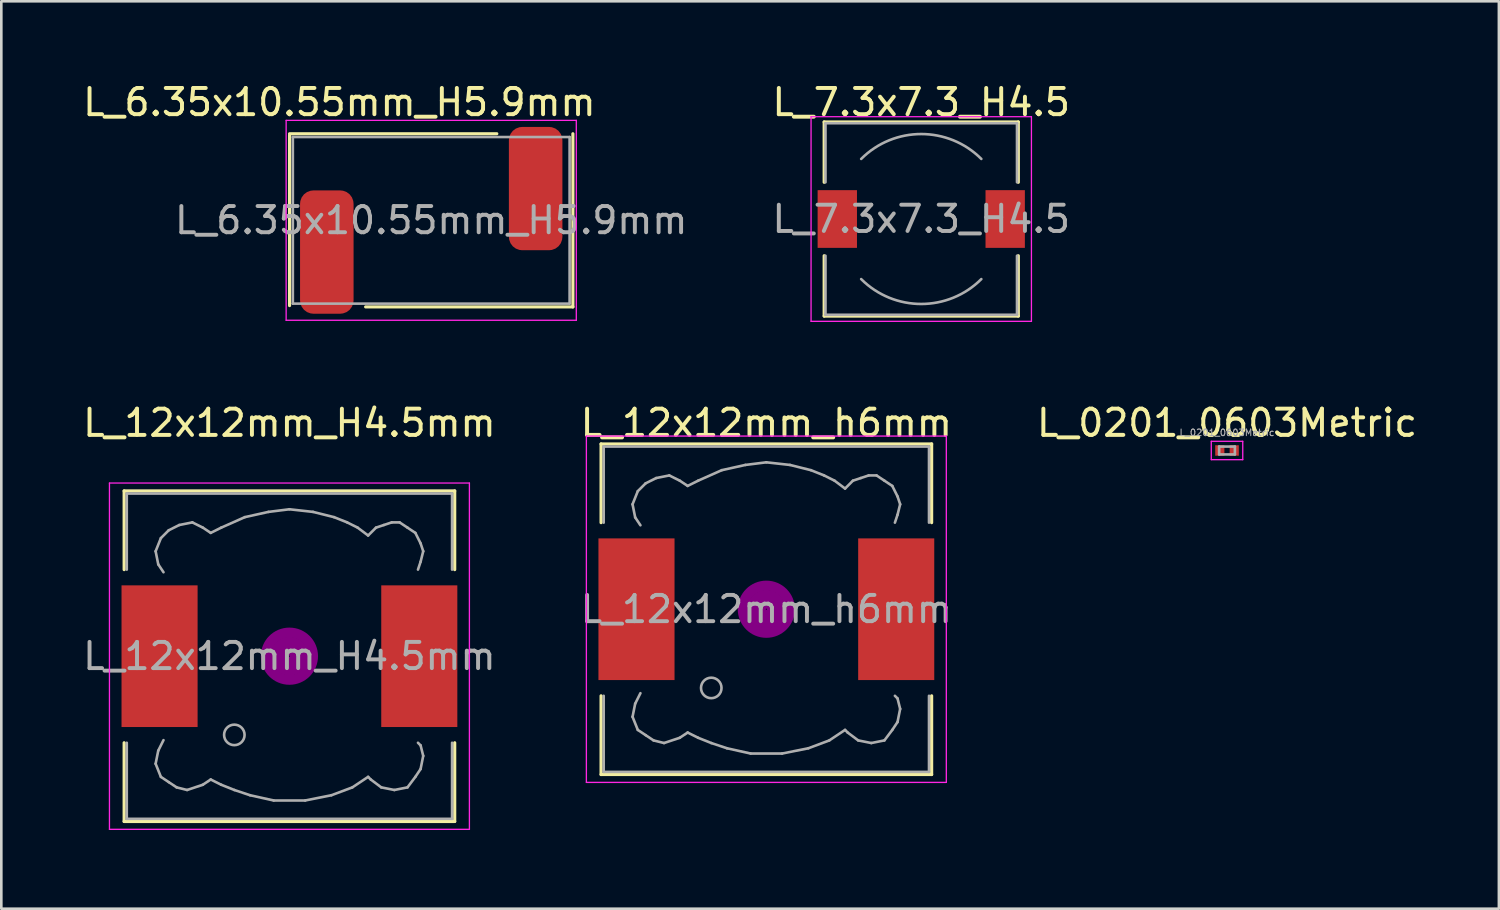
<source format=kicad_pcb>
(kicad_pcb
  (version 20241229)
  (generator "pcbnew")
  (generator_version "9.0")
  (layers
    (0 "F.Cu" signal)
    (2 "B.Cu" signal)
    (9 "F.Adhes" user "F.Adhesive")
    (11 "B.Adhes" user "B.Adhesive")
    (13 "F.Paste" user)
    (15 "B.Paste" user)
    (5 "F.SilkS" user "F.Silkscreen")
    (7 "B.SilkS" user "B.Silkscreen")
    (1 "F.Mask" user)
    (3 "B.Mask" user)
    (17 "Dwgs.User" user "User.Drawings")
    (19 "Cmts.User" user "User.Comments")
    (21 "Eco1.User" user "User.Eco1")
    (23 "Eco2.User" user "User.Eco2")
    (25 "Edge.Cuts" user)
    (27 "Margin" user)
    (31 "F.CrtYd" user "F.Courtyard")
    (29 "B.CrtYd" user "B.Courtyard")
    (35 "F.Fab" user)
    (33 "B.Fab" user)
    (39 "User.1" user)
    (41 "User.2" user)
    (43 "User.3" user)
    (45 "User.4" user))
  (footprint "L_7.3x7.3_H4.5"
    (layer "F.Cu")
    (at 32.065 5.298)
    (property "Reference" "L_7.3x7.3_H4.5" (at 0 -4.45 0) (layer "F.SilkS") (effects (font (size 1 1) (thickness 0.15))))
    (attr smd)
    (fp_line (start -3.7 -3.7) (end 3.7 -3.7) (stroke (width 0.12) (type solid)) (layer "F.SilkS"))
    (fp_line (start -3.7 -1.4) (end -3.7 -3.7) (stroke (width 0.12) (type solid)) (layer "F.SilkS"))
    (fp_line (start -3.7 3.7) (end -3.7 1.4) (stroke (width 0.12) (type solid)) (layer "F.SilkS"))
    (fp_line (start 3.7 -3.7) (end 3.7 -1.4) (stroke (width 0.12) (type solid)) (layer "F.SilkS"))
    (fp_line (start 3.7 1.4) (end 3.7 3.7) (stroke (width 0.12) (type solid)) (layer "F.SilkS"))
    (fp_line (start 3.7 3.7) (end -3.7 3.7) (stroke (width 0.12) (type solid)) (layer "F.SilkS"))
    (fp_line (start -4.2 -3.9) (end -4.2 3.9) (stroke (width 0.05) (type solid)) (layer "F.CrtYd"))
    (fp_line (start -4.2 3.9) (end 4.2 3.9) (stroke (width 0.05) (type solid)) (layer "F.CrtYd"))
    (fp_line (start 4.2 -3.9) (end -4.2 -3.9) (stroke (width 0.05) (type solid)) (layer "F.CrtYd"))
    (fp_line (start 4.2 3.9) (end 4.2 -3.9) (stroke (width 0.05) (type solid)) (layer "F.CrtYd"))
    (fp_line (start -3.65 -3.65) (end -3.65 -1.4) (stroke (width 0.1) (type solid)) (layer "F.Fab"))
    (fp_line (start -3.65 -3.65) (end 3.65 -3.65) (stroke (width 0.1) (type solid)) (layer "F.Fab"))
    (fp_line (start -3.65 3.65) (end -3.65 1.4) (stroke (width 0.1) (type solid)) (layer "F.Fab"))
    (fp_line (start 3.65 -3.65) (end 3.65 -1.4) (stroke (width 0.1) (type solid)) (layer "F.Fab"))
    (fp_line (start 3.65 3.65) (end -3.65 3.65) (stroke (width 0.1) (type solid)) (layer "F.Fab"))
    (fp_line (start 3.65 3.65) (end 3.65 1.4) (stroke (width 0.1) (type solid)) (layer "F.Fab"))
    (fp_arc (start -2.29 -2.29) (mid 0 -3.238549) (end 2.29 -2.29) (stroke (width 0.1) (type solid)) (layer "F.Fab"))
    (fp_arc (start 2.29 2.29) (mid 0 3.238549) (end -2.29 2.29) (stroke (width 0.1) (type solid)) (layer "F.Fab"))
    (fp_text user "${REFERENCE}" (at 0 0 0) (layer "F.Fab") (effects (font (size 1 1) (thickness 0.15))))
    (pad "1" smd rect (at -3.2 0) (size 1.5 2.2) (layers "F.Cu" "F.Mask" "F.Paste"))
    (pad "2" smd rect (at 3.2 0) (size 1.5 2.2) (layers "F.Cu" "F.Mask" "F.Paste")))
  (footprint "L_12x12mm_H4.5mm"
    (layer "F.Cu")
    (at 7.982 21.962)
    (property "Reference" "L_12x12mm_H4.5mm" (at 0 -8.89 0) (layer "F.SilkS") (effects (font (size 1 1) (thickness 0.15))))
    (attr smd)
    (fp_line (start -6.3 -6.3) (end 6.3 -6.3) (stroke (width 0.12) (type solid)) (layer "F.SilkS"))
    (fp_line (start -6.3 -3.3) (end -6.3 -6.3) (stroke (width 0.12) (type solid)) (layer "F.SilkS"))
    (fp_line (start -6.3 6.3) (end -6.3 3.3) (stroke (width 0.12) (type solid)) (layer "F.SilkS"))
    (fp_line (start 6.3 -6.3) (end 6.3 -3.3) (stroke (width 0.12) (type solid)) (layer "F.SilkS"))
    (fp_line (start 6.3 3.3) (end 6.3 6.3) (stroke (width 0.12) (type solid)) (layer "F.SilkS"))
    (fp_line (start 6.3 6.3) (end -6.3 6.3) (stroke (width 0.12) (type solid)) (layer "F.SilkS"))
    (fp_circle (center 0 0) (end 0.15 0.15) (stroke (width 0.38) (type solid)) (fill no) (layer "F.Adhes"))
    (fp_circle (center 0 0) (end 0.55 0) (stroke (width 0.38) (type solid)) (fill no) (layer "F.Adhes"))
    (fp_circle (center 0 0) (end 0.9 0) (stroke (width 0.38) (type solid)) (fill no) (layer "F.Adhes"))
    (fp_line (start -6.86 -6.6) (end 6.86 -6.6) (stroke (width 0.05) (type solid)) (layer "F.CrtYd"))
    (fp_line (start -6.86 6.6) (end -6.86 -6.6) (stroke (width 0.05) (type solid)) (layer "F.CrtYd"))
    (fp_line (start 6.86 -6.6) (end 6.86 6.6) (stroke (width 0.05) (type solid)) (layer "F.CrtYd"))
    (fp_line (start 6.86 6.6) (end -6.86 6.6) (stroke (width 0.05) (type solid)) (layer "F.CrtYd"))
    (fp_line (start -6.2 -6.2) (end -6.2 -3.3) (stroke (width 0.1) (type solid)) (layer "F.Fab"))
    (fp_line (start -6.2 3.3) (end -6.2 6.2) (stroke (width 0.1) (type solid)) (layer "F.Fab"))
    (fp_line (start -6.2 6.2) (end 6.2 6.2) (stroke (width 0.1) (type solid)) (layer "F.Fab"))
    (fp_line (start -5.1 -4) (end -5 -3.5) (stroke (width 0.1) (type solid)) (layer "F.Fab"))
    (fp_line (start -5.1 4.1) (end -5 3.6) (stroke (width 0.1) (type solid)) (layer "F.Fab"))
    (fp_line (start -5 -3.5) (end -4.8 -3.2) (stroke (width 0.1) (type solid)) (layer "F.Fab"))
    (fp_line (start -5 3.6) (end -4.8 3.2) (stroke (width 0.1) (type solid)) (layer "F.Fab"))
    (fp_line (start -4.9 -4.5) (end -5.1 -4) (stroke (width 0.1) (type solid)) (layer "F.Fab"))
    (fp_line (start -4.9 4.6) (end -5.1 4.1) (stroke (width 0.1) (type solid)) (layer "F.Fab"))
    (fp_line (start -4.6 -4.8) (end -4.9 -4.5) (stroke (width 0.1) (type solid)) (layer "F.Fab"))
    (fp_line (start -4.6 4.8) (end -4.9 4.6) (stroke (width 0.1) (type solid)) (layer "F.Fab"))
    (fp_line (start -4.3 5) (end -4.6 4.8) (stroke (width 0.1) (type solid)) (layer "F.Fab"))
    (fp_line (start -4.2 -5) (end -4.6 -4.8) (stroke (width 0.1) (type solid)) (layer "F.Fab"))
    (fp_line (start -3.9 5.1) (end -4.3 5) (stroke (width 0.1) (type solid)) (layer "F.Fab"))
    (fp_line (start -3.7 -5.1) (end -4.2 -5) (stroke (width 0.1) (type solid)) (layer "F.Fab"))
    (fp_line (start -3.3 -4.9) (end -3.7 -5.1) (stroke (width 0.1) (type solid)) (layer "F.Fab"))
    (fp_line (start -3.3 4.9) (end -3.9 5.1) (stroke (width 0.1) (type solid)) (layer "F.Fab"))
    (fp_line (start -3 -4.7) (end -3.3 -4.9) (stroke (width 0.1) (type solid)) (layer "F.Fab"))
    (fp_line (start -3 4.7) (end -3.3 4.9) (stroke (width 0.1) (type solid)) (layer "F.Fab"))
    (fp_line (start -2.6 -4.9) (end -3 -4.7) (stroke (width 0.1) (type solid)) (layer "F.Fab"))
    (fp_line (start -2.6 4.9) (end -3 4.7) (stroke (width 0.1) (type solid)) (layer "F.Fab"))
    (fp_line (start -2.1 5.1) (end -2.6 4.9) (stroke (width 0.1) (type solid)) (layer "F.Fab"))
    (fp_line (start -1.7 -5.3) (end -2.6 -4.9) (stroke (width 0.1) (type solid)) (layer "F.Fab"))
    (fp_line (start -1.5 5.3) (end -2.1 5.1) (stroke (width 0.1) (type solid)) (layer "F.Fab"))
    (fp_line (start -0.8 -5.5) (end -1.7 -5.3) (stroke (width 0.1) (type solid)) (layer "F.Fab"))
    (fp_line (start -0.6 5.5) (end -1.5 5.3) (stroke (width 0.1) (type solid)) (layer "F.Fab"))
    (fp_line (start 0 -5.6) (end -0.8 -5.5) (stroke (width 0.1) (type solid)) (layer "F.Fab"))
    (fp_line (start 0.6 5.5) (end -0.6 5.5) (stroke (width 0.1) (type solid)) (layer "F.Fab"))
    (fp_line (start 0.9 -5.5) (end 0 -5.6) (stroke (width 0.1) (type solid)) (layer "F.Fab"))
    (fp_line (start 1.6 5.3) (end 0.6 5.5) (stroke (width 0.1) (type solid)) (layer "F.Fab"))
    (fp_line (start 1.7 -5.3) (end 0.9 -5.5) (stroke (width 0.1) (type solid)) (layer "F.Fab"))
    (fp_line (start 2.2 -5.1) (end 1.7 -5.3) (stroke (width 0.1) (type solid)) (layer "F.Fab"))
    (fp_line (start 2.4 5) (end 1.6 5.3) (stroke (width 0.1) (type solid)) (layer "F.Fab"))
    (fp_line (start 2.6 -4.9) (end 2.2 -5.1) (stroke (width 0.1) (type solid)) (layer "F.Fab"))
    (fp_line (start 3 -4.6) (end 2.6 -4.9) (stroke (width 0.1) (type solid)) (layer "F.Fab"))
    (fp_line (start 3 4.6) (end 2.4 5) (stroke (width 0.1) (type solid)) (layer "F.Fab"))
    (fp_line (start 3.1 4.7) (end 3 4.6) (stroke (width 0.1) (type solid)) (layer "F.Fab"))
    (fp_line (start 3.3 -4.9) (end 3 -4.6) (stroke (width 0.1) (type solid)) (layer "F.Fab"))
    (fp_line (start 3.5 5) (end 3.1 4.7) (stroke (width 0.1) (type solid)) (layer "F.Fab"))
    (fp_line (start 3.6 -5) (end 3.3 -4.9) (stroke (width 0.1) (type solid)) (layer "F.Fab"))
    (fp_line (start 3.9 -5.1) (end 3.6 -5) (stroke (width 0.1) (type solid)) (layer "F.Fab"))
    (fp_line (start 4 5.1) (end 3.5 5) (stroke (width 0.1) (type solid)) (layer "F.Fab"))
    (fp_line (start 4.2 -5.1) (end 3.9 -5.1) (stroke (width 0.1) (type solid)) (layer "F.Fab"))
    (fp_line (start 4.5 -4.9) (end 4.2 -5.1) (stroke (width 0.1) (type solid)) (layer "F.Fab"))
    (fp_line (start 4.5 5) (end 4 5.1) (stroke (width 0.1) (type solid)) (layer "F.Fab"))
    (fp_line (start 4.8 -4.7) (end 4.5 -4.9) (stroke (width 0.1) (type solid)) (layer "F.Fab"))
    (fp_line (start 4.8 4.6) (end 4.5 5) (stroke (width 0.1) (type solid)) (layer "F.Fab"))
    (fp_line (start 4.9 -3.3) (end 5 -3.6) (stroke (width 0.1) (type solid)) (layer "F.Fab"))
    (fp_line (start 4.9 3.3) (end 5 3.4) (stroke (width 0.1) (type solid)) (layer "F.Fab"))
    (fp_line (start 5 -4.3) (end 4.8 -4.7) (stroke (width 0.1) (type solid)) (layer "F.Fab"))
    (fp_line (start 5 -3.6) (end 5.1 -4) (stroke (width 0.1) (type solid)) (layer "F.Fab"))
    (fp_line (start 5 3.4) (end 5.1 3.8) (stroke (width 0.1) (type solid)) (layer "F.Fab"))
    (fp_line (start 5 4.3) (end 4.8 4.6) (stroke (width 0.1) (type solid)) (layer "F.Fab"))
    (fp_line (start 5.1 -4) (end 5 -4.3) (stroke (width 0.1) (type solid)) (layer "F.Fab"))
    (fp_line (start 5.1 3.8) (end 5 4.3) (stroke (width 0.1) (type solid)) (layer "F.Fab"))
    (fp_line (start 6.2 -6.2) (end -6.2 -6.2) (stroke (width 0.1) (type solid)) (layer "F.Fab"))
    (fp_line (start 6.2 -6.2) (end 6.2 -3.3) (stroke (width 0.1) (type solid)) (layer "F.Fab"))
    (fp_line (start 6.2 6.2) (end 6.2 3.3) (stroke (width 0.1) (type solid)) (layer "F.Fab"))
    (fp_circle (center -2.1 3) (end -1.8 3.25) (stroke (width 0.1) (type solid)) (fill no) (layer "F.Fab"))
    (fp_text user "${REFERENCE}" (at 0 0 0) (layer "F.Fab") (effects (font (size 1 1) (thickness 0.15))))
    (pad "1" smd rect (at -4.95 0) (size 2.9 5.4) (layers "F.Cu" "F.Mask" "F.Paste"))
    (pad "2" smd rect (at 4.95 0) (size 2.9 5.4) (layers "F.Cu" "F.Mask" "F.Paste")))
  (footprint "L_6.35x10.55mm_H5.9mm"
    (layer "F.Cu")
    (at 13.387 5.348)
    (property "Reference" "L_6.35x10.55mm_H5.9mm" (at -3.5 -4.5 0) (layer "F.SilkS") (effects (font (size 1 1) (thickness 0.15))))
    (attr smd)
    (fp_line (start -5.4 -3.3) (end 2.5 -3.3) (stroke (width 0.12) (type solid)) (layer "F.SilkS"))
    (fp_line (start -5.4 3.25) (end -5.4 -3.25) (stroke (width 0.12) (type solid)) (layer "F.SilkS"))
    (fp_line (start 5.4 -3.3) (end 5.4 3.3) (stroke (width 0.12) (type solid)) (layer "F.SilkS"))
    (fp_line (start 5.4 3.3) (end -2.5 3.3) (stroke (width 0.12) (type solid)) (layer "F.SilkS"))
    (fp_line (start -5.53 -3.81) (end -5.53 3.81) (stroke (width 0.05) (type solid)) (layer "F.CrtYd"))
    (fp_line (start -5.53 3.81) (end 5.53 3.81) (stroke (width 0.05) (type solid)) (layer "F.CrtYd"))
    (fp_line (start 5.53 -3.81) (end -5.53 -3.81) (stroke (width 0.05) (type solid)) (layer "F.CrtYd"))
    (fp_line (start 5.53 3.81) (end 5.53 -3.81) (stroke (width 0.05) (type solid)) (layer "F.CrtYd"))
    (fp_line (start -5.275 -3.175) (end 5.275 -3.175) (stroke (width 0.1) (type solid)) (layer "F.Fab"))
    (fp_line (start -5.275 3.175) (end -5.275 -3.175) (stroke (width 0.1) (type solid)) (layer "F.Fab"))
    (fp_line (start 5.275 -3.175) (end 5.275 3.175) (stroke (width 0.1) (type solid)) (layer "F.Fab"))
    (fp_line (start 5.275 3.175) (end -5.275 3.175) (stroke (width 0.1) (type solid)) (layer "F.Fab"))
    (fp_text user "${REFERENCE}" (at 0 0 0) (layer "F.Fab") (effects (font (size 1 1) (thickness 0.15))))
    (pad "1" smd roundrect (at -3.98 1.21) (size 2.04 4.7) (layers "F.Cu" "F.Mask" "F.Paste") (roundrect_rratio 0.25))
    (pad "2" smd roundrect (at 3.98 -1.21) (size 2.04 4.7) (layers "F.Cu" "F.Mask" "F.Paste") (roundrect_rratio 0.25)))
  (footprint "L_12x12mm_h6mm"
    (layer "F.Cu")
    (at 26.161 20.172)
    (property "Reference" "L_12x12mm_h6mm" (at 0 -7.1 0) (layer "F.SilkS") (effects (font (size 1 1) (thickness 0.15))))
    (attr smd)
    (fp_line (start -6.3 -6.3) (end 6.3 -6.3) (stroke (width 0.12) (type solid)) (layer "F.SilkS"))
    (fp_line (start -6.3 -3.3) (end -6.3 -6.3) (stroke (width 0.12) (type solid)) (layer "F.SilkS"))
    (fp_line (start -6.3 6.3) (end -6.3 3.3) (stroke (width 0.12) (type solid)) (layer "F.SilkS"))
    (fp_line (start 6.3 -6.3) (end 6.3 -3.3) (stroke (width 0.12) (type solid)) (layer "F.SilkS"))
    (fp_line (start 6.3 3.3) (end 6.3 6.3) (stroke (width 0.12) (type solid)) (layer "F.SilkS"))
    (fp_line (start 6.3 6.3) (end -6.3 6.3) (stroke (width 0.12) (type solid)) (layer "F.SilkS"))
    (fp_circle (center 0 0) (end 0.15 0.15) (stroke (width 0.38) (type solid)) (fill no) (layer "F.Adhes"))
    (fp_circle (center 0 0) (end 0.55 0) (stroke (width 0.38) (type solid)) (fill no) (layer "F.Adhes"))
    (fp_circle (center 0 0) (end 0.9 0) (stroke (width 0.38) (type solid)) (fill no) (layer "F.Adhes"))
    (fp_line (start -6.86 -6.6) (end 6.86 -6.6) (stroke (width 0.05) (type solid)) (layer "F.CrtYd"))
    (fp_line (start -6.86 6.6) (end -6.86 -6.6) (stroke (width 0.05) (type solid)) (layer "F.CrtYd"))
    (fp_line (start 6.86 -6.6) (end 6.86 6.6) (stroke (width 0.05) (type solid)) (layer "F.CrtYd"))
    (fp_line (start 6.86 6.6) (end -6.86 6.6) (stroke (width 0.05) (type solid)) (layer "F.CrtYd"))
    (fp_line (start -6.2 -6.2) (end -6.2 -3.3) (stroke (width 0.1) (type solid)) (layer "F.Fab"))
    (fp_line (start -6.2 3.3) (end -6.2 6.2) (stroke (width 0.1) (type solid)) (layer "F.Fab"))
    (fp_line (start -6.2 6.2) (end 6.2 6.2) (stroke (width 0.1) (type solid)) (layer "F.Fab"))
    (fp_line (start -5.1 -4) (end -5 -3.5) (stroke (width 0.1) (type solid)) (layer "F.Fab"))
    (fp_line (start -5.1 4.1) (end -5 3.6) (stroke (width 0.1) (type solid)) (layer "F.Fab"))
    (fp_line (start -5 -3.5) (end -4.8 -3.2) (stroke (width 0.1) (type solid)) (layer "F.Fab"))
    (fp_line (start -5 3.6) (end -4.8 3.2) (stroke (width 0.1) (type solid)) (layer "F.Fab"))
    (fp_line (start -4.9 -4.5) (end -5.1 -4) (stroke (width 0.1) (type solid)) (layer "F.Fab"))
    (fp_line (start -4.9 4.6) (end -5.1 4.1) (stroke (width 0.1) (type solid)) (layer "F.Fab"))
    (fp_line (start -4.6 -4.8) (end -4.9 -4.5) (stroke (width 0.1) (type solid)) (layer "F.Fab"))
    (fp_line (start -4.6 4.8) (end -4.9 4.6) (stroke (width 0.1) (type solid)) (layer "F.Fab"))
    (fp_line (start -4.3 5) (end -4.6 4.8) (stroke (width 0.1) (type solid)) (layer "F.Fab"))
    (fp_line (start -4.2 -5) (end -4.6 -4.8) (stroke (width 0.1) (type solid)) (layer "F.Fab"))
    (fp_line (start -3.9 5.1) (end -4.3 5) (stroke (width 0.1) (type solid)) (layer "F.Fab"))
    (fp_line (start -3.7 -5.1) (end -4.2 -5) (stroke (width 0.1) (type solid)) (layer "F.Fab"))
    (fp_line (start -3.3 -4.9) (end -3.7 -5.1) (stroke (width 0.1) (type solid)) (layer "F.Fab"))
    (fp_line (start -3.3 4.9) (end -3.9 5.1) (stroke (width 0.1) (type solid)) (layer "F.Fab"))
    (fp_line (start -3 -4.7) (end -3.3 -4.9) (stroke (width 0.1) (type solid)) (layer "F.Fab"))
    (fp_line (start -3 4.7) (end -3.3 4.9) (stroke (width 0.1) (type solid)) (layer "F.Fab"))
    (fp_line (start -2.6 -4.9) (end -3 -4.7) (stroke (width 0.1) (type solid)) (layer "F.Fab"))
    (fp_line (start -2.6 4.9) (end -3 4.7) (stroke (width 0.1) (type solid)) (layer "F.Fab"))
    (fp_line (start -2.1 5.1) (end -2.6 4.9) (stroke (width 0.1) (type solid)) (layer "F.Fab"))
    (fp_line (start -1.7 -5.3) (end -2.6 -4.9) (stroke (width 0.1) (type solid)) (layer "F.Fab"))
    (fp_line (start -1.5 5.3) (end -2.1 5.1) (stroke (width 0.1) (type solid)) (layer "F.Fab"))
    (fp_line (start -0.8 -5.5) (end -1.7 -5.3) (stroke (width 0.1) (type solid)) (layer "F.Fab"))
    (fp_line (start -0.6 5.5) (end -1.5 5.3) (stroke (width 0.1) (type solid)) (layer "F.Fab"))
    (fp_line (start 0 -5.6) (end -0.8 -5.5) (stroke (width 0.1) (type solid)) (layer "F.Fab"))
    (fp_line (start 0.6 5.5) (end -0.6 5.5) (stroke (width 0.1) (type solid)) (layer "F.Fab"))
    (fp_line (start 0.9 -5.5) (end 0 -5.6) (stroke (width 0.1) (type solid)) (layer "F.Fab"))
    (fp_line (start 1.6 5.3) (end 0.6 5.5) (stroke (width 0.1) (type solid)) (layer "F.Fab"))
    (fp_line (start 1.7 -5.3) (end 0.9 -5.5) (stroke (width 0.1) (type solid)) (layer "F.Fab"))
    (fp_line (start 2.2 -5.1) (end 1.7 -5.3) (stroke (width 0.1) (type solid)) (layer "F.Fab"))
    (fp_line (start 2.4 5) (end 1.6 5.3) (stroke (width 0.1) (type solid)) (layer "F.Fab"))
    (fp_line (start 2.6 -4.9) (end 2.2 -5.1) (stroke (width 0.1) (type solid)) (layer "F.Fab"))
    (fp_line (start 3 -4.6) (end 2.6 -4.9) (stroke (width 0.1) (type solid)) (layer "F.Fab"))
    (fp_line (start 3 4.6) (end 2.4 5) (stroke (width 0.1) (type solid)) (layer "F.Fab"))
    (fp_line (start 3.1 4.7) (end 3 4.6) (stroke (width 0.1) (type solid)) (layer "F.Fab"))
    (fp_line (start 3.3 -4.9) (end 3 -4.6) (stroke (width 0.1) (type solid)) (layer "F.Fab"))
    (fp_line (start 3.5 5) (end 3.1 4.7) (stroke (width 0.1) (type solid)) (layer "F.Fab"))
    (fp_line (start 3.6 -5) (end 3.3 -4.9) (stroke (width 0.1) (type solid)) (layer "F.Fab"))
    (fp_line (start 3.9 -5.1) (end 3.6 -5) (stroke (width 0.1) (type solid)) (layer "F.Fab"))
    (fp_line (start 4 5.1) (end 3.5 5) (stroke (width 0.1) (type solid)) (layer "F.Fab"))
    (fp_line (start 4.2 -5.1) (end 3.9 -5.1) (stroke (width 0.1) (type solid)) (layer "F.Fab"))
    (fp_line (start 4.5 -4.9) (end 4.2 -5.1) (stroke (width 0.1) (type solid)) (layer "F.Fab"))
    (fp_line (start 4.5 5) (end 4 5.1) (stroke (width 0.1) (type solid)) (layer "F.Fab"))
    (fp_line (start 4.8 -4.7) (end 4.5 -4.9) (stroke (width 0.1) (type solid)) (layer "F.Fab"))
    (fp_line (start 4.8 4.6) (end 4.5 5) (stroke (width 0.1) (type solid)) (layer "F.Fab"))
    (fp_line (start 4.9 -3.3) (end 5 -3.6) (stroke (width 0.1) (type solid)) (layer "F.Fab"))
    (fp_line (start 4.9 3.3) (end 5 3.4) (stroke (width 0.1) (type solid)) (layer "F.Fab"))
    (fp_line (start 5 -4.3) (end 4.8 -4.7) (stroke (width 0.1) (type solid)) (layer "F.Fab"))
    (fp_line (start 5 -3.6) (end 5.1 -4) (stroke (width 0.1) (type solid)) (layer "F.Fab"))
    (fp_line (start 5 3.4) (end 5.1 3.8) (stroke (width 0.1) (type solid)) (layer "F.Fab"))
    (fp_line (start 5 4.3) (end 4.8 4.6) (stroke (width 0.1) (type solid)) (layer "F.Fab"))
    (fp_line (start 5.1 -4) (end 5 -4.3) (stroke (width 0.1) (type solid)) (layer "F.Fab"))
    (fp_line (start 5.1 3.8) (end 5 4.3) (stroke (width 0.1) (type solid)) (layer "F.Fab"))
    (fp_line (start 6.2 -6.2) (end -6.2 -6.2) (stroke (width 0.1) (type solid)) (layer "F.Fab"))
    (fp_line (start 6.2 -6.2) (end 6.2 -3.3) (stroke (width 0.1) (type solid)) (layer "F.Fab"))
    (fp_line (start 6.2 6.2) (end 6.2 3.3) (stroke (width 0.1) (type solid)) (layer "F.Fab"))
    (fp_circle (center -2.1 3) (end -1.8 3.25) (stroke (width 0.1) (type solid)) (fill no) (layer "F.Fab"))
    (fp_text user "${REFERENCE}" (at 0 0 0) (layer "F.Fab") (effects (font (size 1 1) (thickness 0.15))))
    (pad "1" smd rect (at -4.95 0) (size 2.9 5.4) (layers "F.Cu" "F.Mask" "F.Paste"))
    (pad "2" smd rect (at 4.95 0) (size 2.9 5.4) (layers "F.Cu" "F.Mask" "F.Paste")))
  (footprint "L_0201_0603Metric"
    (layer "F.Cu")
    (at 43.72 14.121)
    (property "Reference" "L_0201_0603Metric" (at 0 -1.05 0) (layer "F.SilkS") (effects (font (size 1 1) (thickness 0.15))))
    (attr smd)
    (fp_line (start -0.6 -0.35) (end 0.6 -0.35) (stroke (width 0.05) (type solid)) (layer "F.CrtYd"))
    (fp_line (start -0.6 0.35) (end -0.6 -0.35) (stroke (width 0.05) (type solid)) (layer "F.CrtYd"))
    (fp_line (start 0.6 -0.35) (end 0.6 0.35) (stroke (width 0.05) (type solid)) (layer "F.CrtYd"))
    (fp_line (start 0.6 0.35) (end -0.6 0.35) (stroke (width 0.05) (type solid)) (layer "F.CrtYd"))
    (fp_line (start -0.3 -0.15) (end 0.3 -0.15) (stroke (width 0.1) (type solid)) (layer "F.Fab"))
    (fp_line (start -0.3 0.15) (end -0.3 -0.15) (stroke (width 0.1) (type solid)) (layer "F.Fab"))
    (fp_line (start 0.3 -0.15) (end 0.3 0.15) (stroke (width 0.1) (type solid)) (layer "F.Fab"))
    (fp_line (start 0.3 0.15) (end -0.3 0.15) (stroke (width 0.1) (type solid)) (layer "F.Fab"))
    (fp_text user "${REFERENCE}" (at 0 -0.68 0) (layer "F.Fab") (effects (font (size 0.25 0.25) (thickness 0.04))))
    (pad "" smd rect (at -0.3 0) (size 0.23 0.36) (layers "F.Paste"))
    (pad "" smd rect (at 0.3 0) (size 0.23 0.36) (layers "F.Paste"))
    (pad "1" smd rect (at -0.275 0) (size 0.35 0.4) (layers "F.Cu" "F.Mask"))
    (pad "2" smd rect (at 0.275 0) (size 0.35 0.4) (layers "F.Cu" "F.Mask")))
  (gr_rect
    (start -3 -3)
    (end 54.083 31.587)
    (stroke (width 0.1) (type default))
    (fill no)
    (layer "Edge.Cuts")))
</source>
